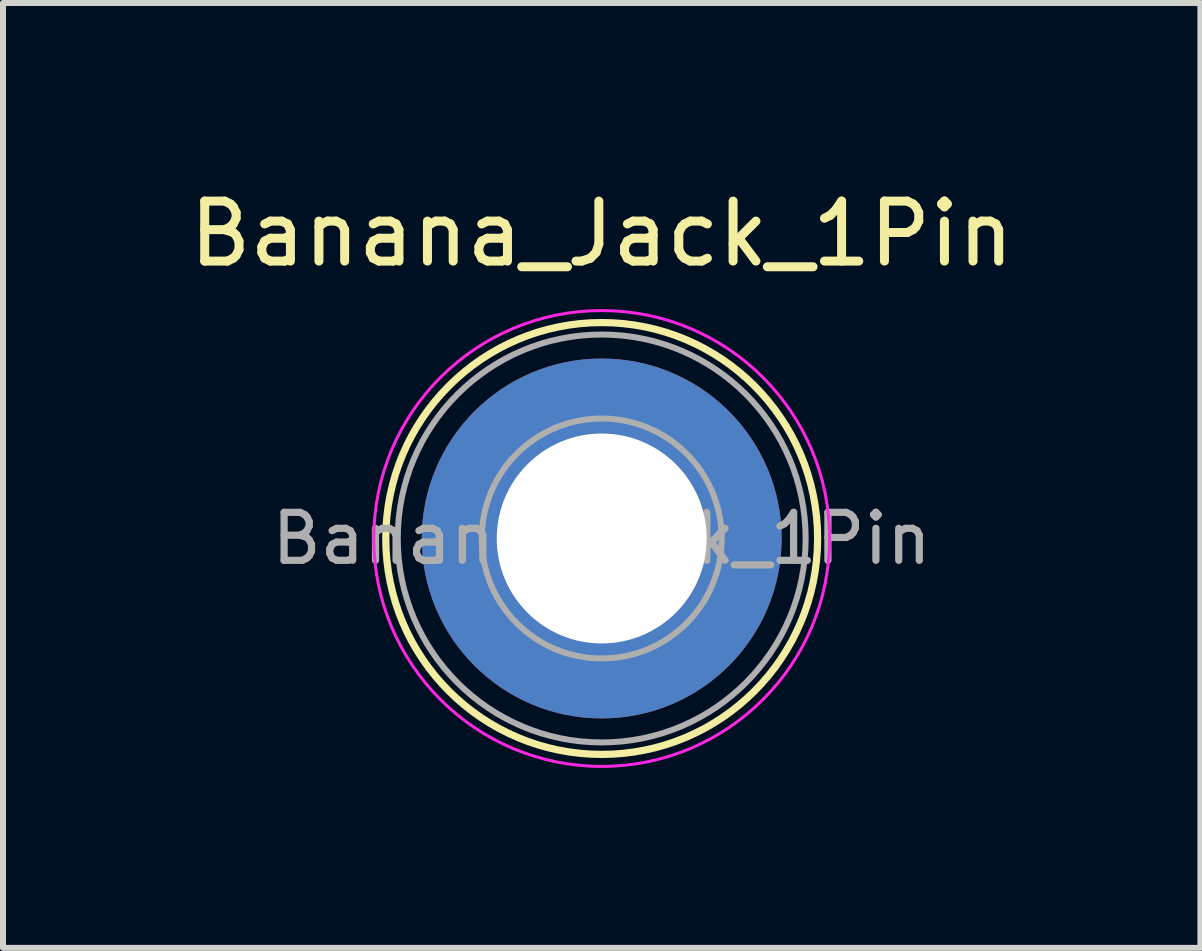
<source format=kicad_pcb>
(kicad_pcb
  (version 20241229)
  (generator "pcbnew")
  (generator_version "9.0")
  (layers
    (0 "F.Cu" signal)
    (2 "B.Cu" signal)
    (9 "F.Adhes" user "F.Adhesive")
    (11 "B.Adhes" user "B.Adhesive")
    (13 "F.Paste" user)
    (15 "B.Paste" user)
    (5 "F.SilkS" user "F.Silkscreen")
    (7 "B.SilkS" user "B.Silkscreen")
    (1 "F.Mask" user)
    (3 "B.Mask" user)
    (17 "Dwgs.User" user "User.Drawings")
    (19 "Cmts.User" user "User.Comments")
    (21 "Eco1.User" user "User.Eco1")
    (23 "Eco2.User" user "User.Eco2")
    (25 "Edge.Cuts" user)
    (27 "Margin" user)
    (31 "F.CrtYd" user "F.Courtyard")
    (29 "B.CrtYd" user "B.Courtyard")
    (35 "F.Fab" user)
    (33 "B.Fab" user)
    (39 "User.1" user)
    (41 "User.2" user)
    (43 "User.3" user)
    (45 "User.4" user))
  (footprint "Banana_Jack_1Pin"
    (layer "F.Cu")
    (at 6.982 5.928)
    (property "Reference" "Banana_Jack_1Pin" (at 0 -5.08 0) (layer "F.SilkS") (effects (font (size 1 1) (thickness 0.15))))
    (attr through_hole)
    (fp_circle (center 0 0) (end 3.6 0) (stroke (width 0.12) (type solid)) (fill no) (layer "F.SilkS"))
    (fp_circle (center 0 0) (end 3.8 0) (stroke (width 0.05) (type solid)) (fill no) (layer "F.CrtYd"))
    (fp_circle (center 0 0) (end 2 0) (stroke (width 0.1) (type solid)) (fill no) (layer "F.Fab"))
    (fp_circle (center 0 0) (end 3.4 0.05) (stroke (width 0.1) (type solid)) (fill no) (layer "F.Fab"))
    (fp_text user "${REFERENCE}" (at 0 0 0) (layer "F.Fab") (effects (font (size 0.8 0.8) (thickness 0.12))))
    (pad "1" thru_hole circle (at 0 0) (size 6 6) (drill 3.5) (layers "*.Cu" "*.Mask")))
  (gr_rect
    (start -3 -3)
    (end 16.964 12.753)
    (stroke (width 0.1) (type default))
    (fill no)
    (layer "Edge.Cuts")))
</source>
